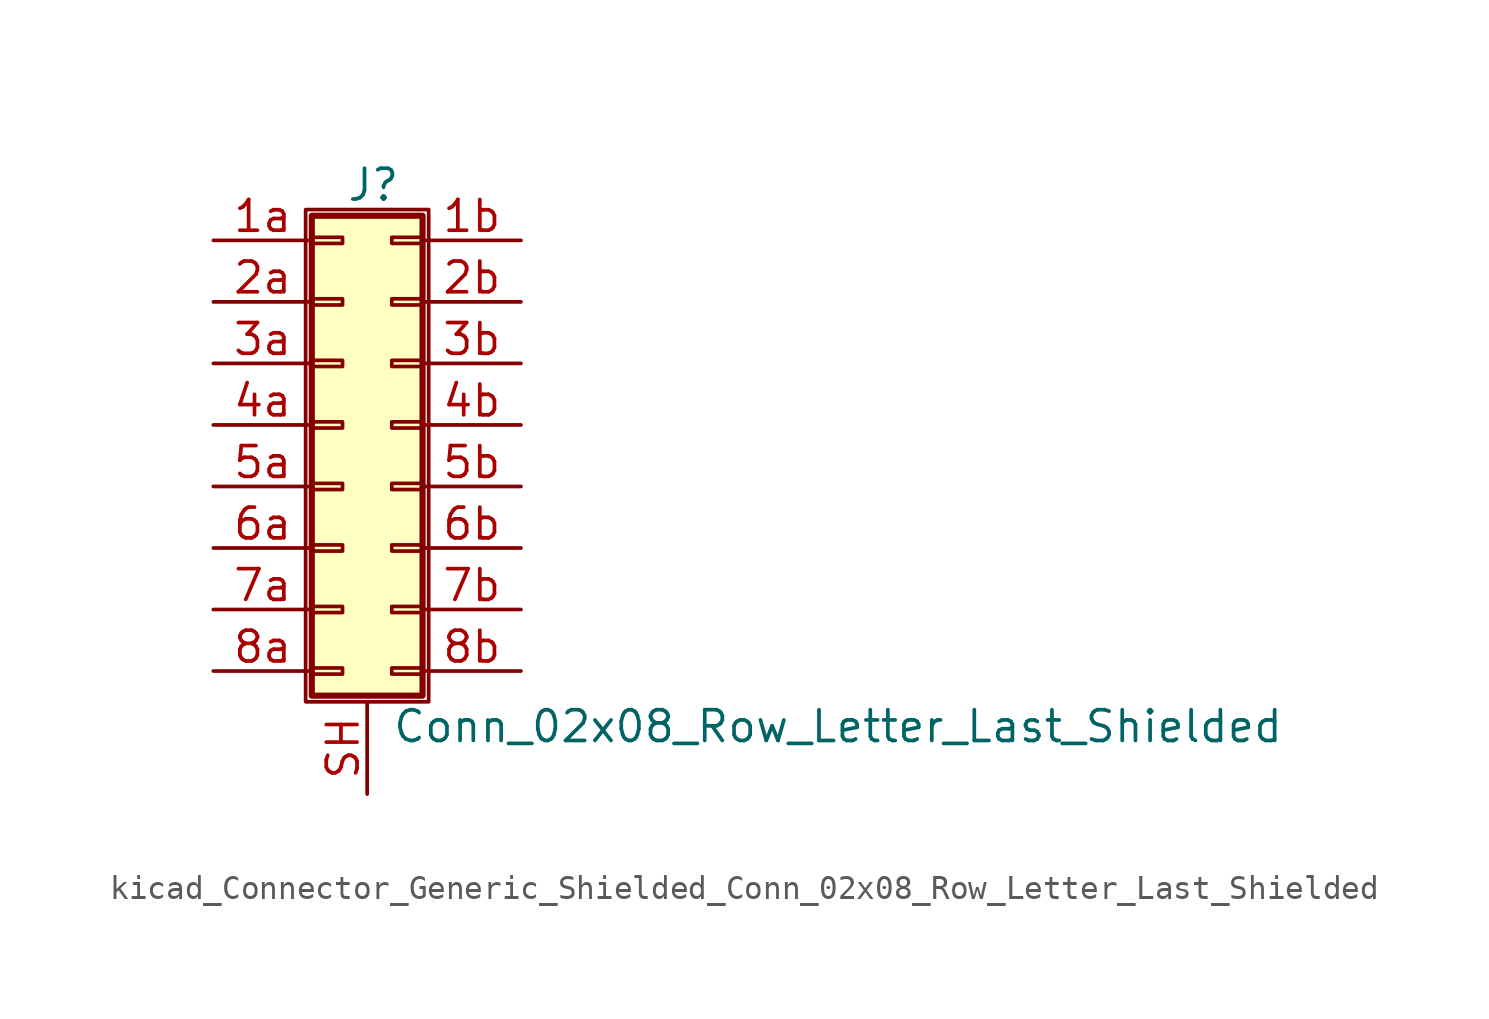
<source format=kicad_sym>
(kicad_symbol_lib
  (version 20220914)
  (generator kicad_symbol_editor)
  (symbol "kicad_Connector_Generic_Shielded_Conn_02x08_Row_Letter_Last_Shielded"
    (pin_names
      (offset 1.016) hide)
    (property "Reference" "J"
      (at 1.524 9.906 0)
      (effects (font (size 1.27 1.27))))
    (property "Value" "Conn_02x08_Row_Letter_Last_Shielded"
      (at 2.286 -12.446 0)
      (effects (font (size 1.27 1.27)) (justify left)))
    (symbol "kicad_Connector_Generic_Shielded_Conn_02x08_Row_Letter_Last_Shielded_1_1"
      (rectangle (start -1.27 8.89) (end 3.81 -11.43) (stroke (width 0.152) (type default)) (fill (type none)))
      (rectangle (start -1.016 -10.033) (end 0.254 -10.287) (stroke (width 0.152) (type default)) (fill (type none)))
      (rectangle (start -1.016 -7.493) (end 0.254 -7.747) (stroke (width 0.152) (type default)) (fill (type none)))
      (rectangle (start -1.016 -4.953) (end 0.254 -5.207) (stroke (width 0.152) (type default)) (fill (type none)))
      (rectangle (start -1.016 -2.413) (end 0.254 -2.667) (stroke (width 0.152) (type default)) (fill (type none)))
      (rectangle (start -1.016 0.127) (end 0.254 -0.127) (stroke (width 0.152) (type default)) (fill (type none)))
      (rectangle (start -1.016 2.667) (end 0.254 2.413) (stroke (width 0.152) (type default)) (fill (type none)))
      (rectangle (start -1.016 5.207) (end 0.254 4.953) (stroke (width 0.152) (type default)) (fill (type none)))
      (rectangle (start -1.016 7.747) (end 0.254 7.493) (stroke (width 0.152) (type default)) (fill (type none)))
      (rectangle (start -1.016 8.636) (end 3.556 -11.176) (stroke (width 0.254) (type default)) (fill (type background)))
      (rectangle (start 3.556 -10.033) (end 2.286 -10.287) (stroke (width 0.152) (type default)) (fill (type none)))
      (rectangle (start 3.556 -7.493) (end 2.286 -7.747) (stroke (width 0.152) (type default)) (fill (type none)))
      (rectangle (start 3.556 -4.953) (end 2.286 -5.207) (stroke (width 0.152) (type default)) (fill (type none)))
      (rectangle (start 3.556 -2.413) (end 2.286 -2.667) (stroke (width 0.152) (type default)) (fill (type none)))
      (rectangle (start 3.556 0.127) (end 2.286 -0.127) (stroke (width 0.152) (type default)) (fill (type none)))
      (rectangle (start 3.556 2.667) (end 2.286 2.413) (stroke (width 0.152) (type default)) (fill (type none)))
      (rectangle (start 3.556 5.207) (end 2.286 4.953) (stroke (width 0.152) (type default)) (fill (type none)))
      (rectangle (start 3.556 7.747) (end 2.286 7.493) (stroke (width 0.152) (type default)) (fill (type none)))
      (pin passive line (at -5.08 7.62 0) (length 4.064) (name "Pin_1a" (effects (font (size 1.27 1.27)))) (number "1a" (effects (font (size 1.27 1.27)))))
      (pin passive line (at 7.62 7.62 180) (length 4.064) (name "Pin_1b" (effects (font (size 1.27 1.27)))) (number "1b" (effects (font (size 1.27 1.27)))))
      (pin passive line (at -5.08 5.08 0) (length 4.064) (name "Pin_2a" (effects (font (size 1.27 1.27)))) (number "2a" (effects (font (size 1.27 1.27)))))
      (pin passive line (at 7.62 5.08 180) (length 4.064) (name "Pin_2b" (effects (font (size 1.27 1.27)))) (number "2b" (effects (font (size 1.27 1.27)))))
      (pin passive line (at -5.08 2.54 0) (length 4.064) (name "Pin_3a" (effects (font (size 1.27 1.27)))) (number "3a" (effects (font (size 1.27 1.27)))))
      (pin passive line (at 7.62 2.54 180) (length 4.064) (name "Pin_3b" (effects (font (size 1.27 1.27)))) (number "3b" (effects (font (size 1.27 1.27)))))
      (pin passive line (at -5.08 0 0) (length 4.064) (name "Pin_4a" (effects (font (size 1.27 1.27)))) (number "4a" (effects (font (size 1.27 1.27)))))
      (pin passive line (at 7.62 0 180) (length 4.064) (name "Pin_4b" (effects (font (size 1.27 1.27)))) (number "4b" (effects (font (size 1.27 1.27)))))
      (pin passive line (at -5.08 -2.54 0) (length 4.064) (name "Pin_5a" (effects (font (size 1.27 1.27)))) (number "5a" (effects (font (size 1.27 1.27)))))
      (pin passive line (at 7.62 -2.54 180) (length 4.064) (name "Pin_5b" (effects (font (size 1.27 1.27)))) (number "5b" (effects (font (size 1.27 1.27)))))
      (pin passive line (at -5.08 -5.08 0) (length 4.064) (name "Pin_6a" (effects (font (size 1.27 1.27)))) (number "6a" (effects (font (size 1.27 1.27)))))
      (pin passive line (at 7.62 -5.08 180) (length 4.064) (name "Pin_6b" (effects (font (size 1.27 1.27)))) (number "6b" (effects (font (size 1.27 1.27)))))
      (pin passive line (at -5.08 -7.62 0) (length 4.064) (name "Pin_7a" (effects (font (size 1.27 1.27)))) (number "7a" (effects (font (size 1.27 1.27)))))
      (pin passive line (at 7.62 -7.62 180) (length 4.064) (name "Pin_7b" (effects (font (size 1.27 1.27)))) (number "7b" (effects (font (size 1.27 1.27)))))
      (pin passive line (at -5.08 -10.16 0) (length 4.064) (name "Pin_8a" (effects (font (size 1.27 1.27)))) (number "8a" (effects (font (size 1.27 1.27)))))
      (pin passive line (at 7.62 -10.16 180) (length 4.064) (name "Pin_8b" (effects (font (size 1.27 1.27)))) (number "8b" (effects (font (size 1.27 1.27)))))
      (pin passive line (at 1.27 -15.24 90) (length 3.81) (name "Shield" (effects (font (size 1.27 1.27)))) (number "SH" (effects (font (size 1.27 1.27))))))))
</source>
